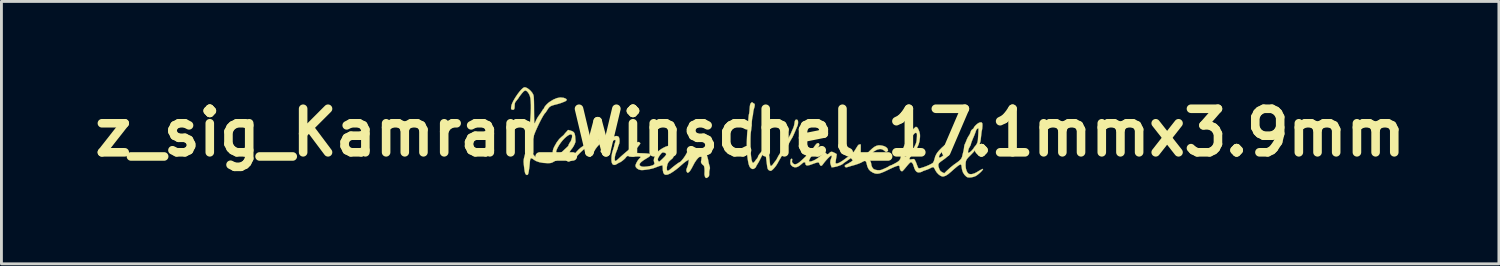
<source format=kicad_pcb>
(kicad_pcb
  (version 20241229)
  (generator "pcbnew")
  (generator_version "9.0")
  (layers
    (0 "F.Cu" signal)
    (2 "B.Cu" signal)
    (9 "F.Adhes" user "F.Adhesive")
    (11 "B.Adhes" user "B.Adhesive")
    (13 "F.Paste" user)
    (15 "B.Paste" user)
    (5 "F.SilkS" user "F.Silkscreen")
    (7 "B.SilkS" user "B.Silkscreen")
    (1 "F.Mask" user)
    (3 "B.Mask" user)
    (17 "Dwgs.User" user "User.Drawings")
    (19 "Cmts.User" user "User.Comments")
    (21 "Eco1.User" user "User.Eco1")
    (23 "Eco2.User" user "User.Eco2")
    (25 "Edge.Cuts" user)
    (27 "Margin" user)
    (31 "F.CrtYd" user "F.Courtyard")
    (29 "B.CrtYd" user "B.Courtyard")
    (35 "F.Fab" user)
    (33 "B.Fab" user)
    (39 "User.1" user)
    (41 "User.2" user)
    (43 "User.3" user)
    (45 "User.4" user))
  (footprint "z_sig_Kamran_Winschel_17.1mmx3.9mm"
    (layer "F.Cu")
    (at 23.194 1.589)
    (property "Reference" "z_sig_Kamran_Winschel_17.1mmx3.9mm" (at 0 0 0) (layer "F.SilkS") (effects (font (size 1.524 1.524) (thickness 0.3))))
    (attr through_hole)
    (fp_poly (pts (xy 2.569 -0.157) (xy 2.57 -0.157) (xy 2.588 -0.119) (xy 2.585 -0.077) (xy 2.559 -0.021) (xy 2.542 0.008) (xy 2.493 0.074) (xy 2.442 0.122) (xy 2.395 0.149) (xy 2.355 0.153) (xy 2.328 0.132) (xy 2.325 0.124) (xy 2.326 0.091) (xy 2.341 0.052) (xy 2.365 0.012) (xy 2.394 -0.043) (xy 2.412 -0.079) (xy 2.452 -0.139) (xy 2.494 -0.173) (xy 2.534 -0.18) (xy 2.569 -0.157)) (stroke (width 0.01) (type solid)) (fill yes) (layer "F.SilkS"))
    (fp_poly (pts (xy 0.075 -1.059) (xy 0.093 -1.044) (xy 0.121 -1.022) (xy 0.136 -1.016) (xy 0.155 -1.001) (xy 0.16 -0.962) (xy 0.151 -0.901) (xy 0.136 -0.849) (xy 0.117 -0.782) (xy 0.105 -0.716) (xy 0.102 -0.679) (xy 0.097 -0.621) (xy 0.085 -0.569) (xy 0.083 -0.564) (xy 0.075 -0.527) (xy 0.066 -0.466) (xy 0.059 -0.391) (xy 0.056 -0.339) (xy 0.05 -0.245) (xy 0.04 -0.145) (xy 0.03 -0.056) (xy 0.025 -0.025) (xy 0.017 0.047) (xy 0.012 0.144) (xy 0.01 0.258) (xy 0.01 0.383) (xy 0.012 0.512) (xy 0.017 0.638) (xy 0.024 0.754) (xy 0.033 0.854) (xy 0.044 0.93) (xy 0.051 0.963) (xy 0.07 1.024) (xy 0.088 1.055) (xy 0.109 1.058) (xy 0.136 1.037) (xy 0.144 1.029) (xy 0.171 0.997) (xy 0.186 0.976) (xy 0.186 0.974) (xy 0.197 0.956) (xy 0.224 0.926) (xy 0.229 0.921) (xy 0.257 0.886) (xy 0.271 0.856) (xy 0.271 0.854) (xy 0.283 0.817) (xy 0.314 0.767) (xy 0.359 0.711) (xy 0.412 0.654) (xy 0.465 0.604) (xy 0.515 0.566) (xy 0.553 0.546) (xy 0.565 0.545) (xy 0.596 0.567) (xy 0.624 0.62) (xy 0.647 0.705) (xy 0.666 0.82) (xy 0.678 0.934) (xy 0.685 1.014) (xy 0.692 1.082) (xy 0.699 1.131) (xy 0.704 1.153) (xy 0.728 1.168) (xy 0.761 1.151) (xy 0.802 1.103) (xy 0.806 1.096) (xy 0.842 1.047) (xy 0.875 1.004) (xy 0.887 0.991) (xy 0.914 0.954) (xy 0.942 0.903) (xy 0.952 0.884) (xy 0.98 0.83) (xy 1.019 0.765) (xy 1.051 0.716) (xy 1.085 0.665) (xy 1.109 0.622) (xy 1.118 0.598) (xy 1.126 0.578) (xy 1.131 0.576) (xy 1.146 0.562) (xy 1.164 0.526) (xy 1.168 0.516) (xy 1.186 0.478) (xy 1.201 0.458) (xy 1.203 0.457) (xy 1.215 0.443) (xy 1.236 0.405) (xy 1.262 0.35) (xy 1.269 0.334) (xy 1.301 0.266) (xy 1.333 0.202) (xy 1.359 0.155) (xy 1.361 0.152) (xy 1.389 0.102) (xy 1.421 0.038) (xy 1.437 0) (xy 1.465 -0.066) (xy 1.494 -0.131) (xy 1.508 -0.162) (xy 1.528 -0.218) (xy 1.545 -0.289) (xy 1.552 -0.335) (xy 1.564 -0.404) (xy 1.584 -0.443) (xy 1.614 -0.455) (xy 1.649 -0.447) (xy 1.667 -0.424) (xy 1.676 -0.378) (xy 1.674 -0.32) (xy 1.662 -0.26) (xy 1.652 -0.233) (xy 1.635 -0.194) (xy 1.609 -0.134) (xy 1.579 -0.06) (xy 1.557 -0.008) (xy 1.524 0.066) (xy 1.493 0.134) (xy 1.467 0.185) (xy 1.454 0.206) (xy 1.432 0.241) (xy 1.401 0.296) (xy 1.364 0.364) (xy 1.345 0.401) (xy 1.311 0.467) (xy 1.282 0.521) (xy 1.254 0.572) (xy 1.223 0.625) (xy 1.184 0.689) (xy 1.134 0.772) (xy 1.108 0.813) (xy 1.062 0.889) (xy 1.015 0.97) (xy 0.976 1.04) (xy 0.965 1.061) (xy 0.923 1.132) (xy 0.873 1.2) (xy 0.821 1.261) (xy 0.772 1.308) (xy 0.732 1.334) (xy 0.716 1.338) (xy 0.677 1.327) (xy 0.644 1.308) (xy 0.623 1.283) (xy 0.608 1.246) (xy 0.596 1.187) (xy 0.59 1.142) (xy 0.574 1.012) (xy 0.561 0.91) (xy 0.551 0.835) (xy 0.542 0.781) (xy 0.535 0.746) (xy 0.527 0.724) (xy 0.52 0.712) (xy 0.51 0.707) (xy 0.505 0.706) (xy 0.485 0.707) (xy 0.464 0.723) (xy 0.438 0.759) (xy 0.406 0.818) (xy 0.363 0.904) (xy 0.358 0.914) (xy 0.323 0.984) (xy 0.284 1.054) (xy 0.255 1.101) (xy 0.226 1.147) (xy 0.207 1.184) (xy 0.203 1.198) (xy 0.19 1.22) (xy 0.157 1.247) (xy 0.15 1.252) (xy 0.11 1.273) (xy 0.081 1.274) (xy 0.05 1.261) (xy 0.017 1.239) (xy -0.011 1.206) (xy -0.034 1.159) (xy -0.054 1.095) (xy -0.072 1.009) (xy -0.089 0.898) (xy -0.107 0.758) (xy -0.111 0.72) (xy -0.115 0.658) (xy -0.117 0.572) (xy -0.118 0.468) (xy -0.117 0.355) (xy -0.114 0.242) (xy -0.11 0.137) (xy -0.105 0.048) (xy -0.102 0.008) (xy -0.094 -0.077) (xy -0.085 -0.182) (xy -0.076 -0.294) (xy -0.069 -0.394) (xy -0.062 -0.48) (xy -0.055 -0.555) (xy -0.048 -0.611) (xy -0.042 -0.642) (xy -0.041 -0.646) (xy -0.035 -0.67) (xy -0.028 -0.72) (xy -0.021 -0.787) (xy -0.018 -0.833) (xy -0.011 -0.914) (xy -0.003 -0.97) (xy 0.009 -1.006) (xy 0.025 -1.031) (xy 0.03 -1.036) (xy 0.057 -1.06) (xy 0.075 -1.059)) (stroke (width 0.01) (type solid)) (fill yes) (layer "F.SilkS"))
    (fp_poly (pts (xy 8.101 -0.354) (xy 8.12 -0.324) (xy 8.125 -0.269) (xy 8.122 -0.206) (xy 8.117 -0.144) (xy 8.11 -0.096) (xy 8.105 -0.071) (xy 8.104 -0.07) (xy 8.099 -0.049) (xy 8.092 -0.000441) (xy 8.084 0.067) (xy 8.076 0.146) (xy 8.065 0.243) (xy 8.053 0.317) (xy 8.034 0.376) (xy 8.007 0.431) (xy 7.967 0.49) (xy 7.934 0.533) (xy 7.879 0.602) (xy 7.829 0.662) (xy 7.775 0.721) (xy 7.709 0.789) (xy 7.678 0.82) (xy 7.615 0.885) (xy 7.574 0.939) (xy 7.55 0.991) (xy 7.539 1.052) (xy 7.536 1.133) (xy 7.536 1.158) (xy 7.544 1.244) (xy 7.566 1.326) (xy 7.599 1.394) (xy 7.633 1.433) (xy 7.687 1.454) (xy 7.759 1.452) (xy 7.841 1.429) (xy 7.928 1.386) (xy 7.95 1.372) (xy 7.997 1.343) (xy 8.049 1.313) (xy 8.096 1.288) (xy 8.13 1.272) (xy 8.139 1.27) (xy 8.147 1.28) (xy 8.133 1.305) (xy 8.102 1.343) (xy 8.06 1.386) (xy 8.01 1.431) (xy 7.959 1.473) (xy 7.91 1.507) (xy 7.882 1.523) (xy 7.808 1.55) (xy 7.728 1.566) (xy 7.653 1.57) (xy 7.596 1.56) (xy 7.593 1.559) (xy 7.562 1.538) (xy 7.522 1.5) (xy 7.496 1.473) (xy 7.444 1.391) (xy 7.411 1.288) (xy 7.396 1.18) (xy 7.388 1.135) (xy 7.369 1.115) (xy 7.336 1.121) (xy 7.285 1.151) (xy 7.253 1.175) (xy 7.193 1.224) (xy 7.122 1.285) (xy 7.053 1.347) (xy 7.036 1.362) (xy 6.932 1.45) (xy 6.842 1.508) (xy 6.765 1.534) (xy 6.717 1.534) (xy 6.653 1.507) (xy 6.586 1.457) (xy 6.526 1.392) (xy 6.479 1.319) (xy 6.475 1.309) (xy 6.449 1.258) (xy 6.424 1.221) (xy 6.409 1.208) (xy 6.381 1.211) (xy 6.337 1.227) (xy 6.312 1.24) (xy 6.254 1.269) (xy 6.183 1.298) (xy 6.138 1.313) (xy 6.084 1.331) (xy 6.044 1.347) (xy 6.028 1.356) (xy 6.008 1.368) (xy 5.968 1.382) (xy 5.955 1.386) (xy 5.887 1.394) (xy 5.832 1.377) (xy 5.787 1.332) (xy 5.749 1.258) (xy 5.729 1.197) (xy 5.699 1.11) (xy 5.667 1.057) (xy 5.633 1.034) (xy 5.624 1.033) (xy 5.598 1.046) (xy 5.557 1.085) (xy 5.504 1.145) (xy 5.469 1.187) (xy 5.419 1.248) (xy 5.374 1.3) (xy 5.34 1.336) (xy 5.323 1.35) (xy 5.288 1.347) (xy 5.258 1.319) (xy 5.237 1.273) (xy 5.232 1.233) (xy 5.226 1.183) (xy 5.209 1.158) (xy 5.209 1.158) (xy 5.179 1.157) (xy 5.13 1.169) (xy 5.058 1.195) (xy 4.963 1.237) (xy 4.841 1.295) (xy 4.804 1.313) (xy 4.685 1.369) (xy 4.588 1.408) (xy 4.509 1.431) (xy 4.441 1.439) (xy 4.38 1.432) (xy 4.318 1.411) (xy 4.284 1.395) (xy 4.2 1.341) (xy 4.14 1.272) (xy 4.099 1.182) (xy 4.08 1.105) (xy 4.062 1.036) (xy 4.039 0.998) (xy 4.006 0.989) (xy 3.959 1.006) (xy 3.934 1.021) (xy 3.865 1.057) (xy 3.771 1.095) (xy 3.661 1.131) (xy 3.59 1.151) (xy 3.524 1.169) (xy 3.453 1.191) (xy 3.432 1.197) (xy 3.382 1.212) (xy 3.352 1.215) (xy 3.333 1.206) (xy 3.324 1.198) (xy 3.308 1.174) (xy 3.313 1.152) (xy 3.343 1.127) (xy 3.401 1.097) (xy 3.428 1.084) (xy 3.541 1.015) (xy 3.606 0.954) (xy 3.66 0.889) (xy 3.696 0.836) (xy 3.714 0.798) (xy 3.71 0.78) (xy 3.705 0.779) (xy 3.695 0.773) (xy 3.708 0.762) (xy 3.723 0.748) (xy 3.712 0.745) (xy 3.688 0.759) (xy 3.681 0.77) (xy 3.658 0.796) (xy 3.642 0.804) (xy 3.607 0.822) (xy 3.579 0.844) (xy 3.556 0.864) (xy 3.521 0.891) (xy 3.47 0.928) (xy 3.398 0.979) (xy 3.31 1.04) (xy 3.275 1.066) (xy 3.253 1.084) (xy 3.251 1.086) (xy 3.218 1.111) (xy 3.161 1.139) (xy 3.089 1.166) (xy 3.012 1.189) (xy 2.939 1.205) (xy 2.919 1.207) (xy 2.85 1.215) (xy 2.821 1.133) (xy 2.802 1.056) (xy 2.806 0.982) (xy 2.833 0.9) (xy 2.841 0.884) (xy 2.856 0.84) (xy 2.852 0.814) (xy 2.847 0.808) (xy 2.831 0.805) (xy 2.804 0.821) (xy 2.762 0.858) (xy 2.721 0.898) (xy 2.666 0.958) (xy 2.612 1.021) (xy 2.571 1.073) (xy 2.564 1.084) (xy 2.522 1.139) (xy 2.488 1.163) (xy 2.46 1.155) (xy 2.435 1.117) (xy 2.429 1.103) (xy 2.41 1.06) (xy 2.391 1.043) (xy 2.362 1.042) (xy 2.348 1.045) (xy 2.306 1.056) (xy 2.245 1.076) (xy 2.178 1.101) (xy 2.171 1.103) (xy 2.077 1.136) (xy 2.008 1.149) (xy 1.963 1.142) (xy 1.938 1.115) (xy 1.93 1.071) (xy 1.925 1.044) (xy 1.915 1.041) (xy 1.893 1.04) (xy 1.89 1.036) (xy 1.874 1.038) (xy 1.842 1.06) (xy 1.808 1.09) (xy 1.719 1.164) (xy 1.639 1.205) (xy 1.566 1.215) (xy 1.498 1.194) (xy 1.452 1.159) (xy 1.42 1.121) (xy 1.407 1.075) (xy 1.405 1.042) (xy 1.41 0.972) (xy 1.423 0.93) (xy 1.446 0.915) (xy 1.451 0.914) (xy 1.468 0.922) (xy 1.47 0.949) (xy 1.466 0.974) (xy 1.463 1.02) (xy 1.479 1.055) (xy 1.499 1.077) (xy 1.538 1.105) (xy 1.582 1.111) (xy 1.636 1.093) (xy 1.702 1.053) (xy 1.737 1.025) (xy 1.79 0.979) (xy 1.855 0.919) (xy 1.925 0.852) (xy 1.996 0.783) (xy 2.062 0.717) (xy 2.116 0.66) (xy 2.155 0.617) (xy 2.167 0.6) (xy 2.225 0.516) (xy 2.267 0.457) (xy 2.298 0.417) (xy 2.322 0.392) (xy 2.341 0.378) (xy 2.346 0.375) (xy 2.385 0.368) (xy 2.402 0.377) (xy 2.42 0.416) (xy 2.407 0.466) (xy 2.374 0.512) (xy 2.337 0.558) (xy 2.293 0.617) (xy 2.268 0.652) (xy 2.23 0.706) (xy 2.194 0.755) (xy 2.175 0.779) (xy 2.14 0.825) (xy 2.106 0.879) (xy 2.078 0.932) (xy 2.06 0.975) (xy 2.057 0.999) (xy 2.058 0.999) (xy 2.084 1.013) (xy 2.132 1.008) (xy 2.194 0.987) (xy 2.266 0.954) (xy 2.34 0.91) (xy 2.411 0.858) (xy 2.46 0.815) (xy 2.525 0.755) (xy 2.572 0.717) (xy 2.605 0.701) (xy 2.631 0.703) (xy 2.653 0.722) (xy 2.659 0.728) (xy 2.684 0.756) (xy 2.707 0.758) (xy 2.733 0.746) (xy 2.765 0.725) (xy 2.777 0.708) (xy 2.791 0.692) (xy 2.819 0.677) (xy 2.853 0.671) (xy 2.893 0.681) (xy 2.941 0.704) (xy 2.987 0.728) (xy 3.018 0.746) (xy 3.026 0.752) (xy 3.026 0.77) (xy 3.021 0.813) (xy 3.012 0.874) (xy 3.006 0.905) (xy 2.996 0.973) (xy 2.989 1.028) (xy 2.988 1.063) (xy 2.99 1.069) (xy 3.018 1.083) (xy 3.068 1.074) (xy 3.137 1.043) (xy 3.225 0.989) (xy 3.317 0.924) (xy 3.381 0.876) (xy 3.45 0.827) (xy 3.492 0.798) (xy 3.554 0.75) (xy 3.608 0.694) (xy 3.661 0.624) (xy 3.719 0.53) (xy 3.726 0.518) (xy 3.762 0.461) (xy 3.79 0.429) (xy 3.816 0.416) (xy 3.828 0.415) (xy 3.869 0.415) (xy 3.868 0.602) (xy 3.866 0.699) (xy 3.86 0.769) (xy 3.849 0.819) (xy 3.838 0.846) (xy 3.815 0.903) (xy 3.812 0.938) (xy 3.828 0.948) (xy 3.868 0.937) (xy 3.919 0.908) (xy 3.969 0.87) (xy 4.006 0.829) (xy 4.008 0.827) (xy 4.036 0.792) (xy 4.081 0.741) (xy 4.138 0.683) (xy 4.186 0.635) (xy 4.275 0.553) (xy 4.351 0.496) (xy 4.42 0.462) (xy 4.488 0.446) (xy 4.562 0.447) (xy 4.601 0.453) (xy 4.661 0.467) (xy 4.71 0.484) (xy 4.734 0.498) (xy 4.761 0.519) (xy 4.774 0.525) (xy 4.789 0.539) (xy 4.808 0.573) (xy 4.81 0.578) (xy 4.823 0.616) (xy 4.818 0.638) (xy 4.8 0.654) (xy 4.773 0.672) (xy 4.75 0.673) (xy 4.721 0.657) (xy 4.682 0.624) (xy 4.615 0.583) (xy 4.541 0.573) (xy 4.455 0.592) (xy 4.415 0.609) (xy 4.324 0.661) (xy 4.257 0.726) (xy 4.209 0.803) (xy 4.18 0.864) (xy 4.168 0.908) (xy 4.175 0.946) (xy 4.198 0.988) (xy 4.199 0.991) (xy 4.223 1.039) (xy 4.233 1.087) (xy 4.233 1.089) (xy 4.245 1.157) (xy 4.274 1.222) (xy 4.314 1.271) (xy 4.323 1.278) (xy 4.382 1.302) (xy 4.457 1.315) (xy 4.534 1.316) (xy 4.593 1.303) (xy 4.653 1.278) (xy 4.717 1.25) (xy 4.775 1.223) (xy 4.819 1.2) (xy 4.842 1.186) (xy 4.843 1.186) (xy 4.865 1.17) (xy 4.903 1.153) (xy 4.936 1.142) (xy 4.958 1.133) (xy 5.001 1.111) (xy 5.059 1.081) (xy 5.085 1.067) (xy 5.161 1.022) (xy 5.213 0.98) (xy 5.246 0.932) (xy 5.268 0.869) (xy 5.272 0.842) (xy 5.402 0.842) (xy 5.416 0.846) (xy 5.431 0.847) (xy 5.454 0.835) (xy 5.494 0.804) (xy 5.544 0.758) (xy 5.583 0.719) (xy 5.634 0.665) (xy 5.675 0.62) (xy 5.7 0.59) (xy 5.707 0.58) (xy 5.714 0.561) (xy 5.733 0.52) (xy 5.76 0.466) (xy 5.763 0.458) (xy 5.794 0.394) (xy 5.813 0.335) (xy 5.825 0.268) (xy 5.831 0.195) (xy 5.835 0.125) (xy 5.835 0.068) (xy 5.832 0.032) (xy 5.829 0.025) (xy 5.799 0.006) (xy 5.762 0.018) (xy 5.719 0.059) (xy 5.695 0.092) (xy 5.66 0.14) (xy 5.629 0.177) (xy 5.613 0.191) (xy 5.595 0.205) (xy 5.605 0.22) (xy 5.615 0.228) (xy 5.626 0.236) (xy 5.632 0.246) (xy 5.633 0.261) (xy 5.628 0.286) (xy 5.616 0.324) (xy 5.594 0.379) (xy 5.563 0.456) (xy 5.52 0.557) (xy 5.488 0.635) (xy 5.456 0.711) (xy 5.429 0.774) (xy 5.41 0.82) (xy 5.402 0.841) (xy 5.402 0.842) (xy 5.272 0.842) (xy 5.283 0.78) (xy 5.283 0.78) (xy 5.294 0.716) (xy 5.306 0.662) (xy 5.316 0.631) (xy 5.316 0.631) (xy 5.332 0.598) (xy 5.354 0.549) (xy 5.368 0.516) (xy 5.393 0.458) (xy 5.418 0.405) (xy 5.429 0.386) (xy 5.446 0.351) (xy 5.452 0.33) (xy 5.452 0.33) (xy 5.458 0.307) (xy 5.475 0.27) (xy 5.498 0.229) (xy 5.521 0.196) (xy 5.537 0.179) (xy 5.54 0.179) (xy 5.552 0.173) (xy 5.554 0.158) (xy 5.568 0.075) (xy 5.611 -0.009) (xy 5.683 -0.098) (xy 5.688 -0.102) (xy 5.734 -0.149) (xy 5.773 -0.184) (xy 5.797 -0.202) (xy 5.801 -0.203) (xy 5.84 -0.184) (xy 5.877 -0.133) (xy 5.911 -0.051) (xy 5.931 0.017) (xy 5.941 0.077) (xy 5.941 0.147) (xy 5.938 0.185) (xy 5.922 0.306) (xy 5.891 0.417) (xy 5.842 0.525) (xy 5.773 0.636) (xy 5.679 0.757) (xy 5.641 0.802) (xy 5.593 0.865) (xy 5.572 0.909) (xy 5.578 0.934) (xy 5.612 0.94) (xy 5.655 0.931) (xy 5.71 0.924) (xy 5.74 0.931) (xy 5.758 0.953) (xy 5.783 1) (xy 5.81 1.062) (xy 5.825 1.102) (xy 5.851 1.173) (xy 5.87 1.217) (xy 5.885 1.241) (xy 5.902 1.25) (xy 5.923 1.249) (xy 5.934 1.248) (xy 6.001 1.232) (xy 6.085 1.204) (xy 6.177 1.169) (xy 6.265 1.131) (xy 6.34 1.093) (xy 6.388 1.063) (xy 6.408 1.036) (xy 6.43 0.987) (xy 6.443 0.945) (xy 6.471 0.849) (xy 6.473 0.845) (xy 6.605 0.845) (xy 6.613 0.872) (xy 6.642 0.874) (xy 6.689 0.85) (xy 6.748 0.805) (xy 6.801 0.752) (xy 6.842 0.693) (xy 6.868 0.636) (xy 6.876 0.588) (xy 6.863 0.555) (xy 6.857 0.55) (xy 6.838 0.556) (xy 6.804 0.583) (xy 6.761 0.623) (xy 6.715 0.67) (xy 6.671 0.718) (xy 6.637 0.761) (xy 6.619 0.793) (xy 6.605 0.845) (xy 6.473 0.845) (xy 6.504 0.77) (xy 6.548 0.699) (xy 6.608 0.626) (xy 6.69 0.543) (xy 6.695 0.537) (xy 6.784 0.457) (xy 6.857 0.402) (xy 6.918 0.37) (xy 6.974 0.358) (xy 7.021 0.363) (xy 7.052 0.381) (xy 7.061 0.418) (xy 7.061 0.421) (xy 7.058 0.459) (xy 7.05 0.48) (xy 7.04 0.503) (xy 7.033 0.542) (xy 7.023 0.582) (xy 7.002 0.64) (xy 6.974 0.706) (xy 6.969 0.716) (xy 6.933 0.786) (xy 6.897 0.837) (xy 6.851 0.88) (xy 6.813 0.909) (xy 6.754 0.952) (xy 6.698 0.992) (xy 6.66 1.019) (xy 6.606 1.068) (xy 6.582 1.118) (xy 6.586 1.179) (xy 6.596 1.214) (xy 6.621 1.283) (xy 6.644 1.328) (xy 6.673 1.358) (xy 6.712 1.383) (xy 6.723 1.389) (xy 6.79 1.423) (xy 6.873 1.342) (xy 7.004 1.222) (xy 7.129 1.122) (xy 7.197 1.075) (xy 7.287 1.009) (xy 7.35 0.952) (xy 7.391 0.899) (xy 7.414 0.845) (xy 7.415 0.84) (xy 7.428 0.784) (xy 7.446 0.714) (xy 7.453 0.685) (xy 7.62 0.685) (xy 7.623 0.705) (xy 7.638 0.707) (xy 7.655 0.702) (xy 7.69 0.683) (xy 7.733 0.646) (xy 7.759 0.62) (xy 7.794 0.58) (xy 7.817 0.549) (xy 7.823 0.539) (xy 7.833 0.518) (xy 7.844 0.505) (xy 7.907 0.43) (xy 7.945 0.36) (xy 7.964 0.284) (xy 7.968 0.249) (xy 7.972 0.18) (xy 7.978 0.094) (xy 7.984 0.008) (xy 7.985 -0.004) (xy 7.988 -0.07) (xy 7.989 -0.121) (xy 7.986 -0.149) (xy 7.984 -0.152) (xy 7.945 -0.137) (xy 7.912 -0.099) (xy 7.899 -0.064) (xy 7.887 -0.026) (xy 7.865 0.033) (xy 7.836 0.107) (xy 7.804 0.181) (xy 7.772 0.257) (xy 7.746 0.325) (xy 7.728 0.376) (xy 7.722 0.403) (xy 7.712 0.437) (xy 7.689 0.482) (xy 7.679 0.499) (xy 7.648 0.558) (xy 7.628 0.625) (xy 7.625 0.638) (xy 7.62 0.685) (xy 7.453 0.685) (xy 7.457 0.669) (xy 7.472 0.604) (xy 7.481 0.543) (xy 7.484 0.511) (xy 7.492 0.456) (xy 7.508 0.409) (xy 7.527 0.369) (xy 7.552 0.311) (xy 7.571 0.262) (xy 7.598 0.2) (xy 7.628 0.143) (xy 7.649 0.112) (xy 7.679 0.065) (xy 7.704 0.005) (xy 7.71 -0.014) (xy 7.735 -0.078) (xy 7.774 -0.116) (xy 7.777 -0.117) (xy 7.809 -0.141) (xy 7.823 -0.163) (xy 7.823 -0.163) (xy 7.836 -0.193) (xy 7.869 -0.234) (xy 7.913 -0.278) (xy 7.961 -0.317) (xy 8.005 -0.343) (xy 8.013 -0.347) (xy 8.067 -0.36) (xy 8.101 -0.354)) (stroke (width 0.01) (type solid)) (fill yes) (layer "F.SilkS"))
    (fp_poly (pts (xy -7.861 -1.582) (xy -7.803 -1.558) (xy -7.741 -1.516) (xy -7.681 -1.461) (xy -7.629 -1.4) (xy -7.593 -1.337) (xy -7.585 -1.318) (xy -7.577 -1.285) (xy -7.571 -1.238) (xy -7.567 -1.172) (xy -7.564 -1.085) (xy -7.562 -0.972) (xy -7.561 -0.83) (xy -7.561 -0.793) (xy -7.56 -0.673) (xy -7.559 -0.563) (xy -7.557 -0.47) (xy -7.555 -0.397) (xy -7.552 -0.348) (xy -7.549 -0.329) (xy -7.535 -0.333) (xy -7.521 -0.357) (xy -7.478 -0.455) (xy -7.427 -0.545) (xy -7.375 -0.618) (xy -7.333 -0.677) (xy -7.295 -0.733) (xy -7.27 -0.775) (xy -7.27 -0.775) (xy -7.248 -0.811) (xy -7.23 -0.829) (xy -7.227 -0.83) (xy -7.214 -0.843) (xy -7.214 -0.847) (xy -7.201 -0.884) (xy -7.166 -0.934) (xy -7.116 -0.989) (xy -7.056 -1.044) (xy -7.023 -1.069) (xy -6.887 -1.154) (xy -6.761 -1.207) (xy -6.643 -1.229) (xy -6.533 -1.218) (xy -6.506 -1.21) (xy -6.445 -1.184) (xy -6.418 -1.156) (xy -6.425 -1.127) (xy -6.465 -1.097) (xy -6.49 -1.086) (xy -6.605 -1.04) (xy -6.718 -1.004) (xy -6.773 -0.99) (xy -6.87 -0.965) (xy -6.94 -0.942) (xy -6.991 -0.917) (xy -7.03 -0.887) (xy -7.063 -0.846) (xy -7.088 -0.807) (xy -7.121 -0.755) (xy -7.148 -0.715) (xy -7.163 -0.695) (xy -7.164 -0.694) (xy -7.193 -0.663) (xy -7.231 -0.605) (xy -7.277 -0.526) (xy -7.328 -0.431) (xy -7.381 -0.326) (xy -7.434 -0.215) (xy -7.484 -0.104) (xy -7.529 0.002) (xy -7.565 0.098) (xy -7.589 0.169) (xy -7.607 0.25) (xy -7.621 0.345) (xy -7.63 0.446) (xy -7.634 0.544) (xy -7.632 0.629) (xy -7.623 0.691) (xy -7.62 0.702) (xy -7.586 0.769) (xy -7.532 0.834) (xy -7.47 0.883) (xy -7.451 0.893) (xy -7.357 0.926) (xy -7.252 0.95) (xy -7.145 0.962) (xy -7.046 0.963) (xy -6.963 0.951) (xy -6.937 0.942) (xy -6.895 0.922) (xy -6.879 0.903) (xy -6.88 0.872) (xy -6.882 0.859) (xy -6.899 0.761) (xy -6.906 0.685) (xy -6.904 0.665) (xy -6.788 0.665) (xy -6.782 0.709) (xy -6.764 0.735) (xy -6.732 0.757) (xy -6.697 0.757) (xy -6.654 0.734) (xy -6.596 0.686) (xy -6.586 0.677) (xy -6.527 0.622) (xy -6.466 0.565) (xy -6.422 0.524) (xy -6.385 0.489) (xy -6.362 0.464) (xy -6.359 0.457) (xy -6.358 0.445) (xy -6.345 0.414) (xy -6.327 0.379) (xy -6.31 0.349) (xy -6.301 0.339) (xy -6.282 0.312) (xy -6.261 0.264) (xy -6.242 0.207) (xy -6.231 0.164) (xy -6.228 0.106) (xy -6.242 0.072) (xy -6.273 0.061) (xy -6.316 0.07) (xy -6.369 0.098) (xy -6.429 0.141) (xy -6.494 0.199) (xy -6.56 0.269) (xy -6.625 0.35) (xy -6.686 0.439) (xy -6.737 0.528) (xy -6.773 0.607) (xy -6.788 0.665) (xy -6.904 0.665) (xy -6.901 0.621) (xy -6.883 0.559) (xy -6.852 0.491) (xy -6.768 0.343) (xy -6.68 0.226) (xy -6.599 0.149) (xy -6.556 0.114) (xy -6.524 0.085) (xy -6.515 0.074) (xy -6.497 0.051) (xy -6.465 0.012) (xy -6.436 -0.019) (xy -6.37 -0.093) (xy -6.288 -0.071) (xy -6.217 -0.046) (xy -6.17 -0.013) (xy -6.141 0.036) (xy -6.125 0.109) (xy -6.121 0.152) (xy -6.116 0.218) (xy -6.112 0.274) (xy -6.111 0.308) (xy -6.111 0.309) (xy -6.12 0.349) (xy -6.143 0.406) (xy -6.175 0.469) (xy -6.209 0.526) (xy -6.239 0.564) (xy -6.286 0.626) (xy -6.324 0.693) (xy -6.349 0.758) (xy -6.358 0.814) (xy -6.35 0.854) (xy -6.343 0.862) (xy -6.311 0.868) (xy -6.263 0.847) (xy -6.202 0.801) (xy -6.131 0.733) (xy -6.072 0.667) (xy -6 0.591) (xy -5.925 0.526) (xy -5.872 0.489) (xy -5.823 0.459) (xy -5.788 0.434) (xy -5.774 0.422) (xy -5.764 0.404) (xy -5.738 0.373) (xy -5.733 0.366) (xy -5.697 0.326) (xy -5.655 0.274) (xy -5.634 0.247) (xy -5.571 0.168) (xy -5.511 0.1) (xy -5.459 0.046) (xy -5.418 0.011) (xy -5.394 0) (xy -5.35 0.015) (xy -5.321 0.059) (xy -5.307 0.129) (xy -5.306 0.143) (xy -5.304 0.199) (xy -5.302 0.244) (xy -5.302 0.258) (xy -5.293 0.283) (xy -5.27 0.283) (xy -5.231 0.257) (xy -5.188 0.22) (xy -5.143 0.183) (xy -5.102 0.159) (xy -5.082 0.152) (xy -5.042 0.165) (xy -5.009 0.195) (xy -4.995 0.228) (xy -4.984 0.255) (xy -4.956 0.26) (xy -4.923 0.244) (xy -4.908 0.229) (xy -4.861 0.188) (xy -4.796 0.151) (xy -4.726 0.126) (xy -4.677 0.119) (xy -4.632 0.129) (xy -4.601 0.148) (xy -4.582 0.189) (xy -4.572 0.249) (xy -4.571 0.317) (xy -4.58 0.381) (xy -4.592 0.415) (xy -4.614 0.469) (xy -4.628 0.518) (xy -4.64 0.562) (xy -4.663 0.621) (xy -4.683 0.67) (xy -4.717 0.764) (xy -4.736 0.863) (xy -4.737 0.876) (xy -4.739 0.945) (xy -4.73 0.984) (xy -4.707 0.993) (xy -4.67 0.972) (xy -4.615 0.923) (xy -4.611 0.92) (xy -4.558 0.869) (xy -4.498 0.815) (xy -4.427 0.753) (xy -4.341 0.679) (xy -4.233 0.59) (xy -4.199 0.562) (xy -4.133 0.506) (xy -4.068 0.451) (xy -4.016 0.403) (xy -3.992 0.38) (xy -3.954 0.343) (xy -3.927 0.328) (xy -3.903 0.329) (xy -3.887 0.335) (xy -3.855 0.357) (xy -3.844 0.376) (xy -3.854 0.399) (xy -3.882 0.439) (xy -3.921 0.488) (xy -3.929 0.497) (xy -3.984 0.565) (xy -4.026 0.625) (xy -4.053 0.672) (xy -4.06 0.701) (xy -4.058 0.706) (xy -4.039 0.709) (xy -3.993 0.713) (xy -3.924 0.716) (xy -3.84 0.72) (xy -3.791 0.722) (xy -3.694 0.726) (xy -3.612 0.731) (xy -3.551 0.738) (xy -3.515 0.745) (xy -3.51 0.748) (xy -3.49 0.775) (xy -3.494 0.804) (xy -3.526 0.838) (xy -3.587 0.879) (xy -3.615 0.895) (xy -3.729 0.965) (xy -3.809 1.026) (xy -3.857 1.078) (xy -3.872 1.122) (xy -3.855 1.157) (xy -3.805 1.184) (xy -3.802 1.185) (xy -3.755 1.194) (xy -3.69 1.194) (xy -3.6 1.186) (xy -3.598 1.185) (xy -3.489 1.168) (xy -3.411 1.145) (xy -3.365 1.118) (xy -3.347 1.084) (xy -3.357 1.042) (xy -3.358 1.042) (xy -3.372 0.981) (xy -3.367 0.939) (xy -3.234 0.939) (xy -3.224 0.978) (xy -3.201 1.008) (xy -3.182 1.016) (xy -3.165 1.005) (xy -3.13 0.976) (xy -3.084 0.933) (xy -3.06 0.91) (xy -2.994 0.844) (xy -2.953 0.794) (xy -2.938 0.758) (xy -2.945 0.731) (xy -2.974 0.71) (xy -2.984 0.706) (xy -3.043 0.692) (xy -3.075 0.698) (xy -3.106 0.723) (xy -3.143 0.768) (xy -3.182 0.823) (xy -3.213 0.879) (xy -3.232 0.924) (xy -3.234 0.939) (xy -3.367 0.939) (xy -3.362 0.903) (xy -3.325 0.806) (xy -3.319 0.794) (xy -3.278 0.721) (xy -3.232 0.666) (xy -3.17 0.616) (xy -3.071 0.551) (xy -2.977 0.502) (xy -2.892 0.471) (xy -2.821 0.457) (xy -2.768 0.464) (xy -2.745 0.481) (xy -2.735 0.51) (xy -2.729 0.56) (xy -2.729 0.598) (xy -2.73 0.656) (xy -2.722 0.691) (xy -2.703 0.716) (xy -2.696 0.723) (xy -2.672 0.748) (xy -2.667 0.776) (xy -2.675 0.813) (xy -2.69 0.858) (xy -2.708 0.89) (xy -2.737 0.919) (xy -2.781 0.954) (xy -2.851 1.022) (xy -2.895 1.105) (xy -2.915 1.208) (xy -2.915 1.291) (xy -2.904 1.328) (xy -2.878 1.336) (xy -2.834 1.314) (xy -2.794 1.283) (xy -2.726 1.224) (xy -2.655 1.167) (xy -2.587 1.115) (xy -2.529 1.073) (xy -2.485 1.044) (xy -2.461 1.033) (xy -2.46 1.033) (xy -2.439 1.02) (xy -2.405 0.985) (xy -2.363 0.936) (xy -2.319 0.879) (xy -2.279 0.82) (xy -2.247 0.768) (xy -2.241 0.757) (xy -2.208 0.696) (xy -2.167 0.626) (xy -2.141 0.584) (xy -2.105 0.531) (xy -2.076 0.503) (xy -2.048 0.492) (xy -2.034 0.491) (xy -1.99 0.505) (xy -1.963 0.546) (xy -1.955 0.616) (xy -1.957 0.654) (xy -1.959 0.723) (xy -1.948 0.763) (xy -1.922 0.775) (xy -1.888 0.765) (xy -1.847 0.742) (xy -1.797 0.707) (xy -1.781 0.695) (xy -1.708 0.649) (xy -1.644 0.631) (xy -1.596 0.641) (xy -1.573 0.667) (xy -1.546 0.718) (xy -1.519 0.786) (xy -1.494 0.862) (xy -1.474 0.938) (xy -1.465 0.991) (xy -1.452 1.062) (xy -1.432 1.136) (xy -1.426 1.155) (xy -1.41 1.211) (xy -1.408 1.253) (xy -1.418 1.29) (xy -1.43 1.341) (xy -1.435 1.406) (xy -1.435 1.433) (xy -1.435 1.488) (xy -1.444 1.523) (xy -1.467 1.55) (xy -1.473 1.555) (xy -1.517 1.585) (xy -1.549 1.585) (xy -1.574 1.555) (xy -1.583 1.536) (xy -1.598 1.469) (xy -1.597 1.41) (xy -1.594 1.351) (xy -1.596 1.28) (xy -1.599 1.245) (xy -1.609 1.187) (xy -1.624 1.153) (xy -1.647 1.134) (xy -1.651 1.131) (xy -1.678 1.109) (xy -1.703 1.074) (xy -1.72 1.038) (xy -1.72 1.014) (xy -1.72 1.013) (xy -1.715 0.995) (xy -1.708 0.953) (xy -1.704 0.919) (xy -1.698 0.867) (xy -1.701 0.84) (xy -1.712 0.831) (xy -1.722 0.83) (xy -1.77 0.847) (xy -1.826 0.893) (xy -1.885 0.965) (xy -1.947 1.059) (xy -1.997 1.153) (xy -2.045 1.244) (xy -2.088 1.316) (xy -2.124 1.364) (xy -2.139 1.378) (xy -2.172 1.401) (xy -2.19 1.404) (xy -2.207 1.387) (xy -2.211 1.381) (xy -2.231 1.341) (xy -2.231 1.296) (xy -2.212 1.235) (xy -2.202 1.211) (xy -2.18 1.15) (xy -2.163 1.077) (xy -2.157 1.041) (xy -2.145 0.943) (xy -2.22 0.987) (xy -2.268 1.02) (xy -2.329 1.068) (xy -2.391 1.122) (xy -2.405 1.134) (xy -2.495 1.214) (xy -2.594 1.293) (xy -2.691 1.363) (xy -2.778 1.419) (xy -2.811 1.437) (xy -2.894 1.471) (xy -2.959 1.476) (xy -3.007 1.453) (xy -3.039 1.4) (xy -3.055 1.317) (xy -3.056 1.265) (xy -3.059 1.202) (xy -3.065 1.16) (xy -3.073 1.144) (xy -3.073 1.144) (xy -3.11 1.15) (xy -3.165 1.166) (xy -3.229 1.188) (xy -3.289 1.211) (xy -3.313 1.221) (xy -3.378 1.244) (xy -3.464 1.267) (xy -3.562 1.286) (xy -3.661 1.301) (xy -3.75 1.31) (xy -3.819 1.31) (xy -3.827 1.309) (xy -3.9 1.29) (xy -3.96 1.253) (xy -4 1.206) (xy -4.013 1.158) (xy -4.003 1.116) (xy -3.978 1.057) (xy -3.943 0.995) (xy -3.904 0.939) (xy -3.868 0.9) (xy -3.866 0.898) (xy -3.837 0.87) (xy -3.832 0.851) (xy -3.854 0.839) (xy -3.905 0.834) (xy -3.986 0.836) (xy -4.038 0.839) (xy -4.133 0.843) (xy -4.197 0.843) (xy -4.232 0.837) (xy -4.241 0.832) (xy -4.268 0.813) (xy -4.303 0.822) (xy -4.34 0.856) (xy -4.353 0.874) (xy -4.381 0.907) (xy -4.424 0.947) (xy -4.476 0.989) (xy -4.525 1.023) (xy -4.565 1.046) (xy -4.581 1.05) (xy -4.6 1.059) (xy -4.635 1.081) (xy -4.653 1.092) (xy -4.717 1.126) (xy -4.768 1.131) (xy -4.812 1.107) (xy -4.819 1.099) (xy -4.84 1.055) (xy -4.852 0.987) (xy -4.854 0.902) (xy -4.846 0.808) (xy -4.83 0.712) (xy -4.805 0.627) (xy -4.783 0.559) (xy -4.764 0.497) (xy -4.753 0.453) (xy -4.753 0.449) (xy -4.74 0.393) (xy -4.726 0.35) (xy -4.713 0.308) (xy -4.707 0.278) (xy -4.718 0.256) (xy -4.746 0.256) (xy -4.788 0.275) (xy -4.838 0.308) (xy -4.894 0.354) (xy -4.949 0.408) (xy -5.001 0.466) (xy -5.044 0.526) (xy -5.063 0.559) (xy -5.094 0.615) (xy -5.127 0.662) (xy -5.146 0.685) (xy -5.174 0.706) (xy -5.194 0.705) (xy -5.211 0.69) (xy -5.228 0.665) (xy -5.226 0.637) (xy -5.216 0.614) (xy -5.198 0.571) (xy -5.177 0.512) (xy -5.164 0.474) (xy -5.146 0.418) (xy -5.13 0.371) (xy -5.123 0.351) (xy -5.12 0.328) (xy -5.145 0.322) (xy -5.184 0.335) (xy -5.235 0.373) (xy -5.294 0.429) (xy -5.355 0.498) (xy -5.412 0.575) (xy -5.461 0.653) (xy -5.513 0.742) (xy -5.553 0.803) (xy -5.584 0.838) (xy -5.607 0.847) (xy -5.625 0.834) (xy -5.637 0.809) (xy -5.638 0.765) (xy -5.62 0.7) (xy -5.584 0.62) (xy -5.531 0.529) (xy -5.53 0.527) (xy -5.505 0.48) (xy -5.477 0.418) (xy -5.451 0.351) (xy -5.431 0.29) (xy -5.42 0.245) (xy -5.419 0.235) (xy -5.429 0.219) (xy -5.455 0.223) (xy -5.485 0.242) (xy -5.508 0.269) (xy -5.532 0.303) (xy -5.571 0.347) (xy -5.628 0.405) (xy -5.705 0.478) (xy -5.805 0.57) (xy -5.85 0.611) (xy -5.916 0.672) (xy -5.981 0.736) (xy -6.035 0.793) (xy -6.057 0.818) (xy -6.107 0.869) (xy -6.169 0.919) (xy -6.235 0.964) (xy -6.297 0.998) (xy -6.346 1.015) (xy -6.356 1.016) (xy -6.391 1.003) (xy -6.432 0.97) (xy -6.466 0.929) (xy -6.485 0.889) (xy -6.485 0.881) (xy -6.498 0.846) (xy -6.527 0.834) (xy -6.563 0.849) (xy -6.567 0.852) (xy -6.596 0.872) (xy -6.646 0.9) (xy -6.705 0.93) (xy -6.706 0.931) (xy -6.774 0.965) (xy -6.842 1) (xy -6.888 1.027) (xy -6.934 1.05) (xy -6.978 1.063) (xy -7.035 1.068) (xy -7.087 1.069) (xy -7.244 1.059) (xy -7.382 1.033) (xy -7.496 0.992) (xy -7.583 0.937) (xy -7.593 0.928) (xy -7.629 0.905) (xy -7.657 0.897) (xy -7.676 0.902) (xy -7.689 0.921) (xy -7.699 0.959) (xy -7.707 1.022) (xy -7.711 1.067) (xy -7.721 1.174) (xy -7.734 1.274) (xy -7.747 1.359) (xy -7.761 1.423) (xy -7.774 1.463) (xy -7.779 1.47) (xy -7.811 1.484) (xy -7.843 1.468) (xy -7.869 1.427) (xy -7.873 1.417) (xy -7.885 1.366) (xy -7.897 1.293) (xy -7.909 1.206) (xy -7.918 1.119) (xy -7.924 1.04) (xy -7.925 0.997) (xy -7.919 0.93) (xy -7.905 0.863) (xy -7.9 0.849) (xy -7.886 0.797) (xy -7.87 0.726) (xy -7.859 0.656) (xy -7.846 0.587) (xy -7.831 0.524) (xy -7.816 0.482) (xy -7.815 0.481) (xy -7.8 0.434) (xy -7.79 0.373) (xy -7.789 0.347) (xy -7.783 0.279) (xy -7.77 0.209) (xy -7.764 0.19) (xy -7.752 0.145) (xy -7.741 0.075) (xy -7.73 -0.009) (xy -7.721 -0.098) (xy -7.712 -0.208) (xy -7.702 -0.333) (xy -7.692 -0.455) (xy -7.686 -0.525) (xy -7.676 -0.679) (xy -7.671 -0.831) (xy -7.671 -0.974) (xy -7.677 -1.1) (xy -7.687 -1.201) (xy -7.69 -1.215) (xy -7.715 -1.307) (xy -7.758 -1.385) (xy -7.766 -1.397) (xy -7.809 -1.446) (xy -7.846 -1.47) (xy -7.883 -1.469) (xy -7.926 -1.44) (xy -7.978 -1.383) (xy -8 -1.356) (xy -8.042 -1.302) (xy -8.074 -1.259) (xy -8.092 -1.232) (xy -8.094 -1.227) (xy -8.104 -1.21) (xy -8.131 -1.175) (xy -8.166 -1.131) (xy -8.205 -1.082) (xy -8.227 -1.044) (xy -8.237 -1.002) (xy -8.24 -0.942) (xy -8.24 -0.937) (xy -8.244 -0.864) (xy -8.256 -0.82) (xy -8.279 -0.801) (xy -8.316 -0.801) (xy -8.324 -0.803) (xy -8.351 -0.813) (xy -8.363 -0.83) (xy -8.364 -0.865) (xy -8.361 -0.894) (xy -8.35 -0.959) (xy -8.324 -1.03) (xy -8.283 -1.113) (xy -8.223 -1.215) (xy -8.207 -1.241) (xy -8.139 -1.342) (xy -8.071 -1.431) (xy -8.008 -1.504) (xy -7.952 -1.556) (xy -7.908 -1.583) (xy -7.906 -1.584) (xy -7.861 -1.582)) (stroke (width 0.01) (type solid)) (fill yes) (layer "F.SilkS")))
  (gr_rect
    (start -3 -3)
    (end 49.388 6.179)
    (stroke (width 0.1) (type default))
    (fill no)
    (layer "Edge.Cuts")))
</source>
